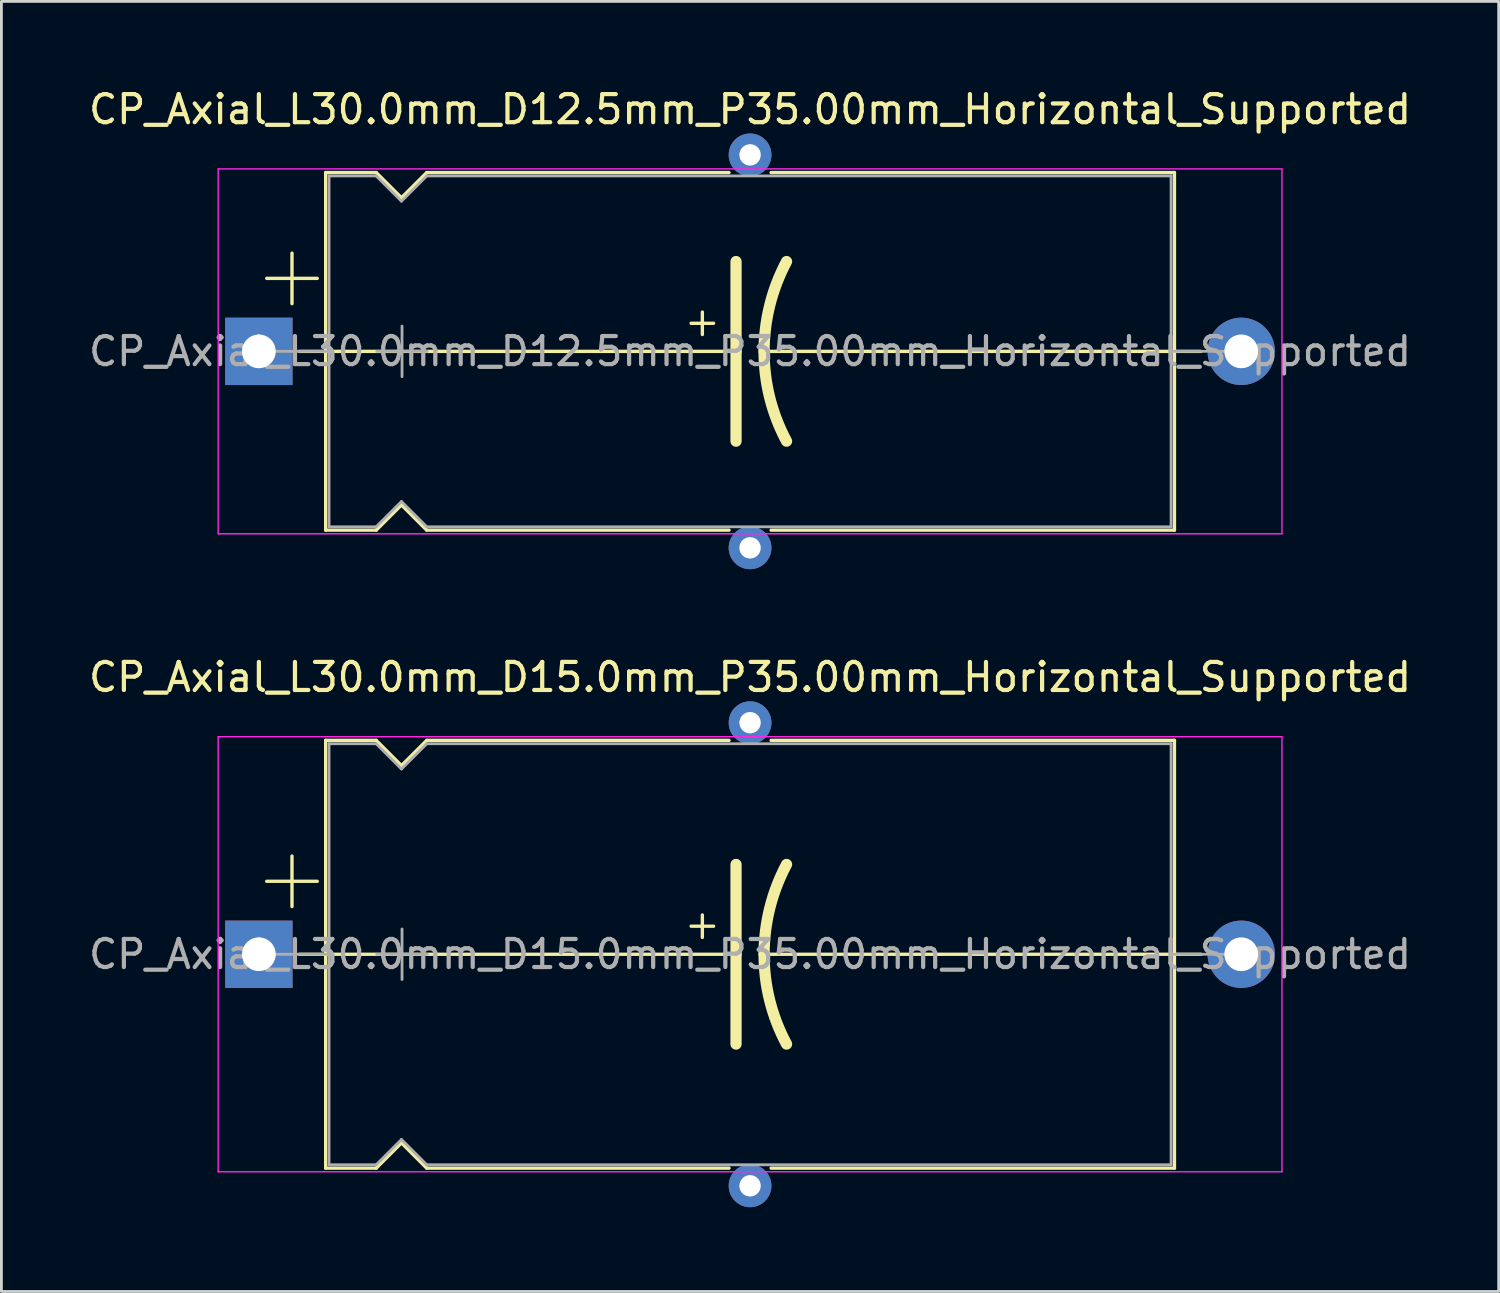
<source format=kicad_pcb>
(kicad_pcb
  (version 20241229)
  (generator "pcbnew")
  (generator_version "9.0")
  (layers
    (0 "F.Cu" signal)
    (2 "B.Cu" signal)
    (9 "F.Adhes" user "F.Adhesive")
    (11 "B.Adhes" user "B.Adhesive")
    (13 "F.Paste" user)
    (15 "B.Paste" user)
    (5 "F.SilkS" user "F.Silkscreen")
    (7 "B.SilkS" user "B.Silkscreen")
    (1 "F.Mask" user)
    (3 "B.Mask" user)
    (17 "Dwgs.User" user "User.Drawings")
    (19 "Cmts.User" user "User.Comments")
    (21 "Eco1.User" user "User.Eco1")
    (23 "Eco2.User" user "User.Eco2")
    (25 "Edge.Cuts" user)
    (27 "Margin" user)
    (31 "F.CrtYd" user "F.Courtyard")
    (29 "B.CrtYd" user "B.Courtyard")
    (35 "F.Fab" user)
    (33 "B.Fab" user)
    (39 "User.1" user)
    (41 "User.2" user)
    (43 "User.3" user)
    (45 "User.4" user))
  (footprint "CP_Axial_L30.0mm_D15.0mm_P35.00mm_Horizontal_Supported"
    (layer "F.Cu")
    (at 6.173 30.948)
    (property "Reference" "CP_Axial_L30.0mm_D15.0mm_P35.00mm_Horizontal_Supported" (at 17.5 -9.87 0) (layer "F.SilkS") (effects (font (size 1 1) (thickness 0.15))))
    (attr through_hole)
    (fp_line (start 0.28 -2.6) (end 2.08 -2.6) (stroke (width 0.12) (type solid)) (layer "F.SilkS"))
    (fp_line (start 1.18 -3.5) (end 1.18 -1.7) (stroke (width 0.12) (type solid)) (layer "F.SilkS"))
    (fp_line (start 1.44 0) (end 2.38 0) (stroke (width 0.12) (type solid)) (layer "F.SilkS"))
    (fp_line (start 2.38 -7.62) (end 2.38 7.62) (stroke (width 0.12) (type solid)) (layer "F.SilkS"))
    (fp_line (start 2.38 -7.62) (end 4.18 -7.62) (stroke (width 0.12) (type solid)) (layer "F.SilkS"))
    (fp_line (start 2.38 0) (end 17 0) (stroke (width 0.12) (type solid)) (layer "F.SilkS"))
    (fp_line (start 2.38 7.62) (end 4.18 7.62) (stroke (width 0.12) (type solid)) (layer "F.SilkS"))
    (fp_line (start 4.18 -7.62) (end 5.08 -6.72) (stroke (width 0.12) (type solid)) (layer "F.SilkS"))
    (fp_line (start 4.18 7.62) (end 5.08 6.72) (stroke (width 0.12) (type solid)) (layer "F.SilkS"))
    (fp_line (start 5.08 -6.72) (end 5.98 -7.62) (stroke (width 0.12) (type solid)) (layer "F.SilkS"))
    (fp_line (start 5.08 6.72) (end 5.98 7.62) (stroke (width 0.12) (type solid)) (layer "F.SilkS"))
    (fp_line (start 5.98 -7.62) (end 16.75 -7.62) (stroke (width 0.12) (type solid)) (layer "F.SilkS"))
    (fp_line (start 5.98 7.62) (end 16.75 7.62) (stroke (width 0.12) (type solid)) (layer "F.SilkS"))
    (fp_line (start 15.4 -1) (end 16.2 -1) (stroke (width 0.12) (type solid)) (layer "F.SilkS"))
    (fp_line (start 15.8 -1.4) (end 15.8 -0.6) (stroke (width 0.12) (type solid)) (layer "F.SilkS"))
    (fp_line (start 17 0) (end 17 -3.2) (stroke (width 0.4) (type solid)) (layer "F.SilkS"))
    (fp_line (start 17 0) (end 17 3.2) (stroke (width 0.4) (type solid)) (layer "F.SilkS"))
    (fp_line (start 18.25 -7.62) (end 32.62 -7.62) (stroke (width 0.12) (type solid)) (layer "F.SilkS"))
    (fp_line (start 18.25 7.62) (end 32.62 7.62) (stroke (width 0.12) (type solid)) (layer "F.SilkS"))
    (fp_line (start 32.62 -7.62) (end 32.62 7.62) (stroke (width 0.12) (type solid)) (layer "F.SilkS"))
    (fp_line (start 32.62 0) (end 18 0) (stroke (width 0.12) (type solid)) (layer "F.SilkS"))
    (fp_line (start 33.56 0) (end 32.62 0) (stroke (width 0.12) (type solid)) (layer "F.SilkS"))
    (fp_arc (start 18 0) (mid 18.203545 -1.649114) (end 18.8 -3.2) (stroke (width 0.4) (type solid)) (layer "F.SilkS"))
    (fp_arc (start 18.8 3.2) (mid 18.200709 1.649823) (end 18 0) (stroke (width 0.4) (type solid)) (layer "F.SilkS"))
    (fp_line (start -1.45 -7.75) (end -1.45 7.75) (stroke (width 0.05) (type solid)) (layer "F.CrtYd"))
    (fp_line (start -1.45 7.75) (end 36.45 7.75) (stroke (width 0.05) (type solid)) (layer "F.CrtYd"))
    (fp_line (start 36.45 -7.75) (end -1.45 -7.75) (stroke (width 0.05) (type solid)) (layer "F.CrtYd"))
    (fp_line (start 36.45 7.75) (end 36.45 -7.75) (stroke (width 0.05) (type solid)) (layer "F.CrtYd"))
    (fp_line (start 0 0) (end 2.5 0) (stroke (width 0.1) (type solid)) (layer "F.Fab"))
    (fp_line (start 2.5 -7.5) (end 2.5 7.5) (stroke (width 0.1) (type solid)) (layer "F.Fab"))
    (fp_line (start 2.5 -7.5) (end 4.18 -7.5) (stroke (width 0.1) (type solid)) (layer "F.Fab"))
    (fp_line (start 2.5 7.5) (end 4.18 7.5) (stroke (width 0.1) (type solid)) (layer "F.Fab"))
    (fp_line (start 4.18 -7.5) (end 5.08 -6.6) (stroke (width 0.1) (type solid)) (layer "F.Fab"))
    (fp_line (start 4.18 7.5) (end 5.08 6.6) (stroke (width 0.1) (type solid)) (layer "F.Fab"))
    (fp_line (start 4.2 0) (end 6 0) (stroke (width 0.1) (type solid)) (layer "F.Fab"))
    (fp_line (start 5.08 -6.6) (end 5.98 -7.5) (stroke (width 0.1) (type solid)) (layer "F.Fab"))
    (fp_line (start 5.08 6.6) (end 5.98 7.5) (stroke (width 0.1) (type solid)) (layer "F.Fab"))
    (fp_line (start 5.1 -0.9) (end 5.1 0.9) (stroke (width 0.1) (type solid)) (layer "F.Fab"))
    (fp_line (start 5.98 -7.5) (end 32.5 -7.5) (stroke (width 0.1) (type solid)) (layer "F.Fab"))
    (fp_line (start 5.98 7.5) (end 32.5 7.5) (stroke (width 0.1) (type solid)) (layer "F.Fab"))
    (fp_line (start 32.5 -7.5) (end 32.5 7.5) (stroke (width 0.1) (type solid)) (layer "F.Fab"))
    (fp_line (start 35 0) (end 32.5 0) (stroke (width 0.1) (type solid)) (layer "F.Fab"))
    (fp_text user "${REFERENCE}" (at 17.5 0 0) (layer "F.Fab") (effects (font (size 1 1) (thickness 0.15))))
    (pad "" thru_hole circle (at 17.5 -8.25) (size 1.524 1.524) (drill 0.762) (layers "*.Cu" "*.Mask"))
    (pad "" thru_hole circle (at 17.5 8.25) (size 1.524 1.524) (drill 0.762) (layers "*.Cu" "*.Mask"))
    (pad "1" thru_hole rect (at 0 0) (size 2.4 2.4) (drill 1.2) (layers "*.Cu" "*.Mask"))
    (pad "2" thru_hole oval (at 35 0) (size 2.4 2.4) (drill 1.2) (layers "*.Cu" "*.Mask")))
  (footprint "CP_Axial_L30.0mm_D12.5mm_P35.00mm_Horizontal_Supported"
    (layer "F.Cu")
    (at 6.173 9.468)
    (property "Reference" "CP_Axial_L30.0mm_D12.5mm_P35.00mm_Horizontal_Supported" (at 17.5 -8.62 0) (layer "F.SilkS") (effects (font (size 1 1) (thickness 0.15))))
    (attr through_hole)
    (fp_line (start 0.28 -2.6) (end 2.08 -2.6) (stroke (width 0.12) (type solid)) (layer "F.SilkS"))
    (fp_line (start 1.18 -3.5) (end 1.18 -1.7) (stroke (width 0.12) (type solid)) (layer "F.SilkS"))
    (fp_line (start 1.44 0) (end 2.38 0) (stroke (width 0.12) (type solid)) (layer "F.SilkS"))
    (fp_line (start 2.38 -6.37) (end 2.38 6.37) (stroke (width 0.12) (type solid)) (layer "F.SilkS"))
    (fp_line (start 2.38 -6.37) (end 4.18 -6.37) (stroke (width 0.12) (type solid)) (layer "F.SilkS"))
    (fp_line (start 2.38 0) (end 17 0) (stroke (width 0.12) (type solid)) (layer "F.SilkS"))
    (fp_line (start 2.38 6.37) (end 4.18 6.37) (stroke (width 0.12) (type solid)) (layer "F.SilkS"))
    (fp_line (start 4.18 -6.37) (end 5.08 -5.47) (stroke (width 0.12) (type solid)) (layer "F.SilkS"))
    (fp_line (start 4.18 6.37) (end 5.08 5.47) (stroke (width 0.12) (type solid)) (layer "F.SilkS"))
    (fp_line (start 5.08 -5.47) (end 5.98 -6.37) (stroke (width 0.12) (type solid)) (layer "F.SilkS"))
    (fp_line (start 5.08 5.47) (end 5.98 6.37) (stroke (width 0.12) (type solid)) (layer "F.SilkS"))
    (fp_line (start 5.98 -6.37) (end 16.75 -6.37) (stroke (width 0.12) (type solid)) (layer "F.SilkS"))
    (fp_line (start 5.98 6.37) (end 16.75 6.37) (stroke (width 0.12) (type solid)) (layer "F.SilkS"))
    (fp_line (start 15.4 -1) (end 16.2 -1) (stroke (width 0.12) (type solid)) (layer "F.SilkS"))
    (fp_line (start 15.8 -1.4) (end 15.8 -0.6) (stroke (width 0.12) (type solid)) (layer "F.SilkS"))
    (fp_line (start 17 0) (end 17 -3.2) (stroke (width 0.4) (type solid)) (layer "F.SilkS"))
    (fp_line (start 17 0) (end 17 3.2) (stroke (width 0.4) (type solid)) (layer "F.SilkS"))
    (fp_line (start 18.25 -6.37) (end 32.62 -6.37) (stroke (width 0.12) (type solid)) (layer "F.SilkS"))
    (fp_line (start 18.25 6.37) (end 32.62 6.37) (stroke (width 0.12) (type solid)) (layer "F.SilkS"))
    (fp_line (start 32.62 -6.37) (end 32.62 6.37) (stroke (width 0.12) (type solid)) (layer "F.SilkS"))
    (fp_line (start 32.62 0) (end 18 0) (stroke (width 0.12) (type solid)) (layer "F.SilkS"))
    (fp_line (start 33.56 0) (end 32.62 0) (stroke (width 0.12) (type solid)) (layer "F.SilkS"))
    (fp_arc (start 18 0) (mid 18.203545 -1.649114) (end 18.8 -3.2) (stroke (width 0.4) (type solid)) (layer "F.SilkS"))
    (fp_arc (start 18.8 3.2) (mid 18.200709 1.649823) (end 18 0) (stroke (width 0.4) (type solid)) (layer "F.SilkS"))
    (fp_line (start -1.45 -6.5) (end -1.45 6.5) (stroke (width 0.05) (type solid)) (layer "F.CrtYd"))
    (fp_line (start -1.45 6.5) (end 36.45 6.5) (stroke (width 0.05) (type solid)) (layer "F.CrtYd"))
    (fp_line (start 36.45 -6.5) (end -1.45 -6.5) (stroke (width 0.05) (type solid)) (layer "F.CrtYd"))
    (fp_line (start 36.45 6.5) (end 36.45 -6.5) (stroke (width 0.05) (type solid)) (layer "F.CrtYd"))
    (fp_line (start 0 0) (end 2.5 0) (stroke (width 0.1) (type solid)) (layer "F.Fab"))
    (fp_line (start 2.5 -6.25) (end 2.5 6.25) (stroke (width 0.1) (type solid)) (layer "F.Fab"))
    (fp_line (start 2.5 -6.25) (end 4.18 -6.25) (stroke (width 0.1) (type solid)) (layer "F.Fab"))
    (fp_line (start 2.5 6.25) (end 4.18 6.25) (stroke (width 0.1) (type solid)) (layer "F.Fab"))
    (fp_line (start 4.18 -6.25) (end 5.08 -5.35) (stroke (width 0.1) (type solid)) (layer "F.Fab"))
    (fp_line (start 4.18 6.25) (end 5.08 5.35) (stroke (width 0.1) (type solid)) (layer "F.Fab"))
    (fp_line (start 4.2 0) (end 6 0) (stroke (width 0.1) (type solid)) (layer "F.Fab"))
    (fp_line (start 5.08 -5.35) (end 5.98 -6.25) (stroke (width 0.1) (type solid)) (layer "F.Fab"))
    (fp_line (start 5.08 5.35) (end 5.98 6.25) (stroke (width 0.1) (type solid)) (layer "F.Fab"))
    (fp_line (start 5.1 -0.9) (end 5.1 0.9) (stroke (width 0.1) (type solid)) (layer "F.Fab"))
    (fp_line (start 5.98 -6.25) (end 32.5 -6.25) (stroke (width 0.1) (type solid)) (layer "F.Fab"))
    (fp_line (start 5.98 6.25) (end 32.5 6.25) (stroke (width 0.1) (type solid)) (layer "F.Fab"))
    (fp_line (start 32.5 -6.25) (end 32.5 6.25) (stroke (width 0.1) (type solid)) (layer "F.Fab"))
    (fp_line (start 35 0) (end 32.5 0) (stroke (width 0.1) (type solid)) (layer "F.Fab"))
    (fp_text user "${REFERENCE}" (at 17.5 0 0) (layer "F.Fab") (effects (font (size 1 1) (thickness 0.15))))
    (pad "" thru_hole circle (at 17.5 -7) (size 1.524 1.524) (drill 0.762) (layers "*.Cu" "*.Mask"))
    (pad "" thru_hole circle (at 17.5 7) (size 1.524 1.524) (drill 0.762) (layers "*.Cu" "*.Mask"))
    (pad "1" thru_hole rect (at 0 0) (size 2.4 2.4) (drill 1.2) (layers "*.Cu" "*.Mask"))
    (pad "2" thru_hole oval (at 35 0) (size 2.4 2.4) (drill 1.2) (layers "*.Cu" "*.Mask")))
  (gr_rect
    (start -3 -3)
    (end 50.345 42.961)
    (stroke (width 0.1) (type default))
    (fill no)
    (layer "Edge.Cuts")))
</source>
